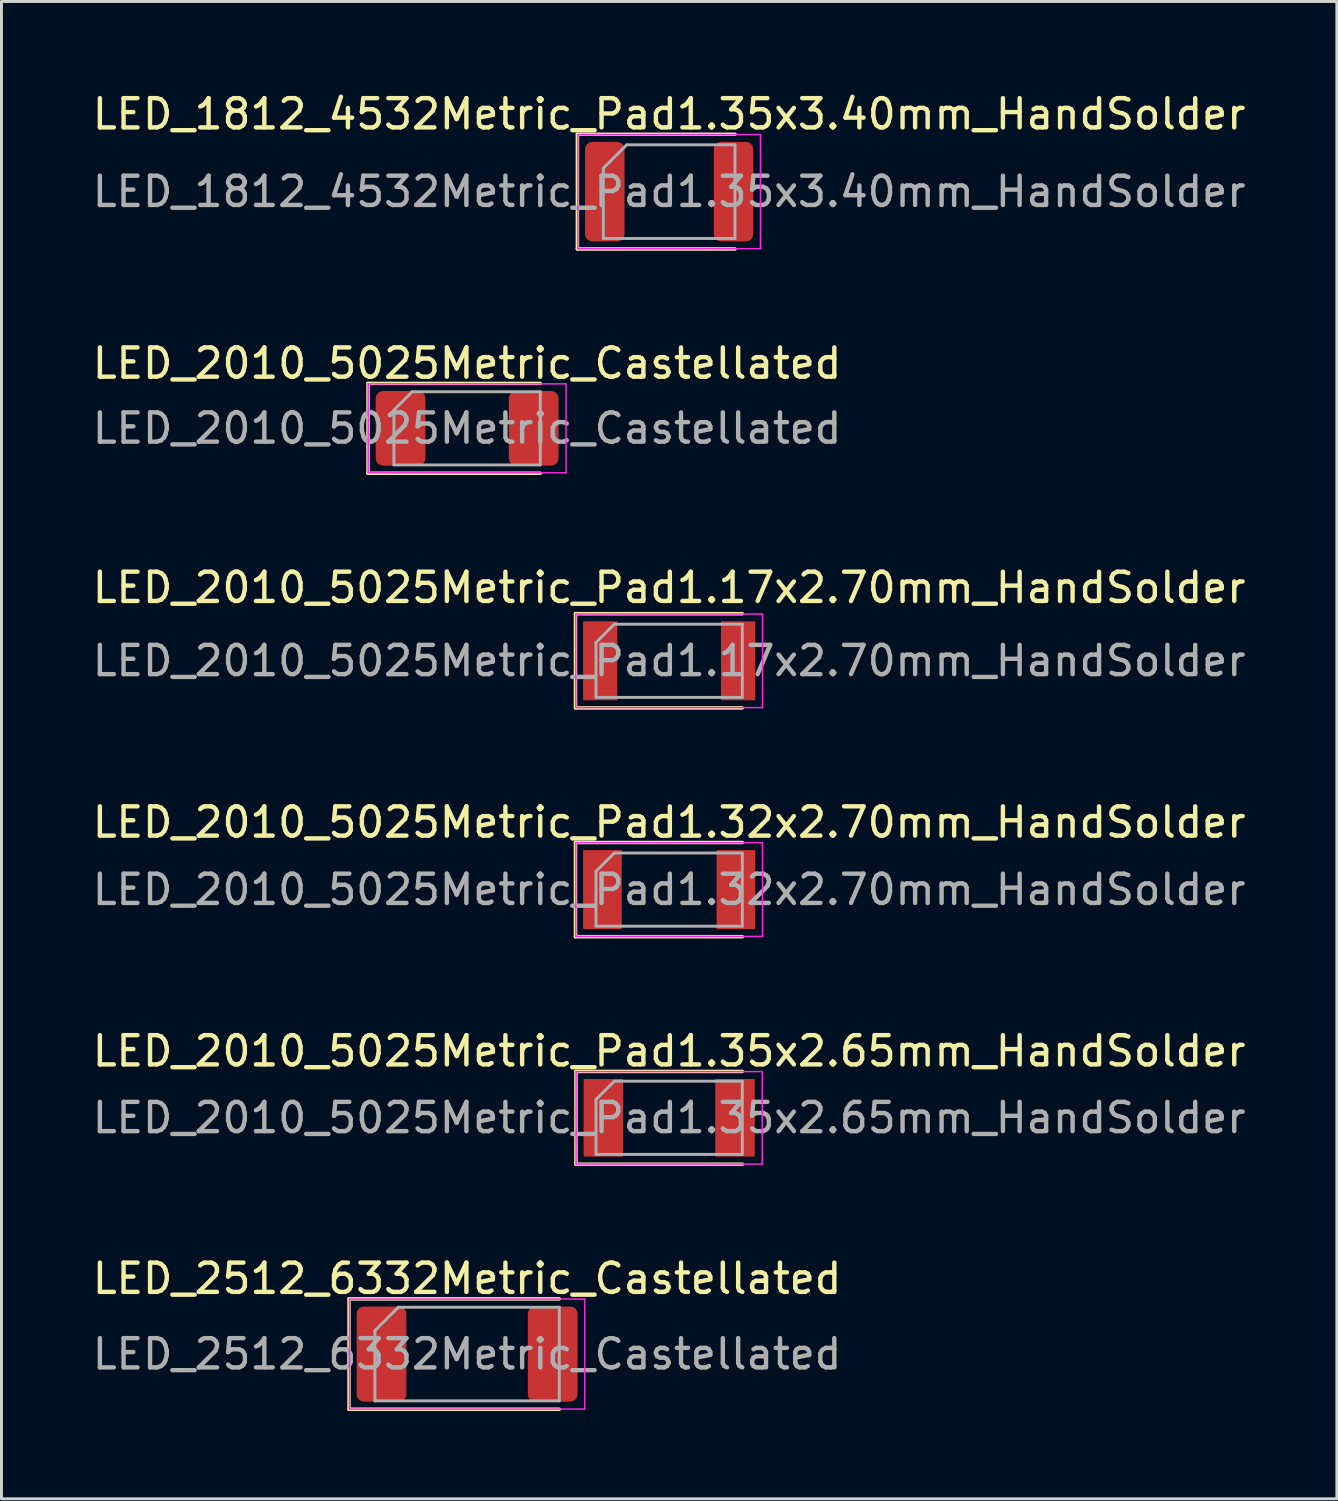
<source format=kicad_pcb>
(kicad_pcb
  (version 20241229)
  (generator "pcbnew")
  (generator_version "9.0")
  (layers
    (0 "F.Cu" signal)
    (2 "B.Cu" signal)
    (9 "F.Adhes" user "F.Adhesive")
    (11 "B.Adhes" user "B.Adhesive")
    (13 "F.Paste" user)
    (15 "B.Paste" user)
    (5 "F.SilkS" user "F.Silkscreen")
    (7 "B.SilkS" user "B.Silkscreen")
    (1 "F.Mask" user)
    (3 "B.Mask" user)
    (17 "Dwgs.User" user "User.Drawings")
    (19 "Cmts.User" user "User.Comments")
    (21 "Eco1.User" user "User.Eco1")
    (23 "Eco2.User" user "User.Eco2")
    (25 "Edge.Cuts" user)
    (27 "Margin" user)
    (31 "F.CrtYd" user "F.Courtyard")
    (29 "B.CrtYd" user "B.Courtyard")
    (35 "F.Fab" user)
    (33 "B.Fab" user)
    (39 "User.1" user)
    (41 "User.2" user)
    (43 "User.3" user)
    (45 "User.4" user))
  (footprint "LED_2010_5025Metric_Pad1.32x2.70mm_HandSolder"
    (layer "F.Cu")
    (at 19.815 27.348)
    (property "Reference" "LED_2010_5025Metric_Pad1.32x2.70mm_HandSolder" (at 0 -2.3 0) (layer "F.SilkS") (effects (font (size 1 1) (thickness 0.15))))
    (attr smd)
    (fp_line (start -3.2 -1.61) (end -3.2 1.61) (stroke (width 0.12) (type solid)) (layer "F.SilkS"))
    (fp_line (start -3.2 1.61) (end 2.5 1.61) (stroke (width 0.12) (type solid)) (layer "F.SilkS"))
    (fp_line (start 2.5 -1.61) (end -3.2 -1.61) (stroke (width 0.12) (type solid)) (layer "F.SilkS"))
    (fp_line (start -3.19 -1.6) (end 3.19 -1.6) (stroke (width 0.05) (type solid)) (layer "F.CrtYd"))
    (fp_line (start -3.19 1.6) (end -3.19 -1.6) (stroke (width 0.05) (type solid)) (layer "F.CrtYd"))
    (fp_line (start 3.19 -1.6) (end 3.19 1.6) (stroke (width 0.05) (type solid)) (layer "F.CrtYd"))
    (fp_line (start 3.19 1.6) (end -3.19 1.6) (stroke (width 0.05) (type solid)) (layer "F.CrtYd"))
    (fp_line (start -2.5 -0.625) (end -2.5 1.25) (stroke (width 0.1) (type solid)) (layer "F.Fab"))
    (fp_line (start -2.5 1.25) (end 2.5 1.25) (stroke (width 0.1) (type solid)) (layer "F.Fab"))
    (fp_line (start -1.875 -1.25) (end -2.5 -0.625) (stroke (width 0.1) (type solid)) (layer "F.Fab"))
    (fp_line (start 2.5 -1.25) (end -1.875 -1.25) (stroke (width 0.1) (type solid)) (layer "F.Fab"))
    (fp_line (start 2.5 1.25) (end 2.5 -1.25) (stroke (width 0.1) (type solid)) (layer "F.Fab"))
    (fp_text user "${REFERENCE}" (at 0 0 0) (layer "F.Fab") (effects (font (size 1 1) (thickness 0.15))))
    (pad "1" smd rect (at -2.28 0) (size 1.32 2.7) (layers "F.Cu" "F.Mask" "F.Paste"))
    (pad "2" smd rect (at 2.28 0) (size 1.32 2.7) (layers "F.Cu" "F.Mask" "F.Paste")))
  (footprint "LED_1812_4532Metric_Pad1.35x3.40mm_HandSolder"
    (layer "F.Cu")
    (at 19.815 3.498)
    (property "Reference" "LED_1812_4532Metric_Pad1.35x3.40mm_HandSolder" (at 0 -2.65 0) (layer "F.SilkS") (effects (font (size 1 1) (thickness 0.15))))
    (attr smd)
    (fp_line (start -3.135 -1.96) (end -3.135 1.96) (stroke (width 0.12) (type solid)) (layer "F.SilkS"))
    (fp_line (start -3.135 1.96) (end 2.25 1.96) (stroke (width 0.12) (type solid)) (layer "F.SilkS"))
    (fp_line (start 2.25 -1.96) (end -3.135 -1.96) (stroke (width 0.12) (type solid)) (layer "F.SilkS"))
    (fp_line (start -3.12 -1.95) (end 3.12 -1.95) (stroke (width 0.05) (type solid)) (layer "F.CrtYd"))
    (fp_line (start -3.12 1.95) (end -3.12 -1.95) (stroke (width 0.05) (type solid)) (layer "F.CrtYd"))
    (fp_line (start 3.12 -1.95) (end 3.12 1.95) (stroke (width 0.05) (type solid)) (layer "F.CrtYd"))
    (fp_line (start 3.12 1.95) (end -3.12 1.95) (stroke (width 0.05) (type solid)) (layer "F.CrtYd"))
    (fp_line (start -2.25 -0.8) (end -2.25 1.6) (stroke (width 0.1) (type solid)) (layer "F.Fab"))
    (fp_line (start -2.25 1.6) (end 2.25 1.6) (stroke (width 0.1) (type solid)) (layer "F.Fab"))
    (fp_line (start -1.45 -1.6) (end -2.25 -0.8) (stroke (width 0.1) (type solid)) (layer "F.Fab"))
    (fp_line (start 2.25 -1.6) (end -1.45 -1.6) (stroke (width 0.1) (type solid)) (layer "F.Fab"))
    (fp_line (start 2.25 1.6) (end 2.25 -1.6) (stroke (width 0.1) (type solid)) (layer "F.Fab"))
    (fp_text user "${REFERENCE}" (at 0 0 0) (layer "F.Fab") (effects (font (size 1 1) (thickness 0.15))))
    (pad "1" smd roundrect (at -2.2 0) (size 1.35 3.4) (layers "F.Cu" "F.Mask" "F.Paste") (roundrect_rratio 0.185))
    (pad "2" smd roundrect (at 2.2 0) (size 1.35 3.4) (layers "F.Cu" "F.Mask" "F.Paste") (roundrect_rratio 0.185)))
  (footprint "LED_2010_5025Metric_Pad1.17x2.70mm_HandSolder"
    (layer "F.Cu")
    (at 19.815 19.53)
    (property "Reference" "LED_2010_5025Metric_Pad1.17x2.70mm_HandSolder" (at 0 -2.5 0) (layer "F.SilkS") (effects (font (size 1 1) (thickness 0.15))))
    (attr smd)
    (fp_line (start -3.2 -1.61) (end -3.2 1.61) (stroke (width 0.12) (type solid)) (layer "F.SilkS"))
    (fp_line (start -3.2 1.61) (end 2.5 1.61) (stroke (width 0.12) (type solid)) (layer "F.SilkS"))
    (fp_line (start 2.5 -1.61) (end -3.2 -1.61) (stroke (width 0.12) (type solid)) (layer "F.SilkS"))
    (fp_line (start -3.19 -1.6) (end 3.19 -1.6) (stroke (width 0.05) (type solid)) (layer "F.CrtYd"))
    (fp_line (start -3.19 1.6) (end -3.19 -1.6) (stroke (width 0.05) (type solid)) (layer "F.CrtYd"))
    (fp_line (start 3.19 -1.6) (end 3.19 1.6) (stroke (width 0.05) (type solid)) (layer "F.CrtYd"))
    (fp_line (start 3.19 1.6) (end -3.19 1.6) (stroke (width 0.05) (type solid)) (layer "F.CrtYd"))
    (fp_line (start -2.5 -0.625) (end -2.5 1.25) (stroke (width 0.1) (type solid)) (layer "F.Fab"))
    (fp_line (start -2.5 1.25) (end 2.5 1.25) (stroke (width 0.1) (type solid)) (layer "F.Fab"))
    (fp_line (start -1.875 -1.25) (end -2.5 -0.625) (stroke (width 0.1) (type solid)) (layer "F.Fab"))
    (fp_line (start 2.5 -1.25) (end -1.875 -1.25) (stroke (width 0.1) (type solid)) (layer "F.Fab"))
    (fp_line (start 2.5 1.25) (end 2.5 -1.25) (stroke (width 0.1) (type solid)) (layer "F.Fab"))
    (fp_text user "${REFERENCE}" (at 0 0 0) (layer "F.Fab") (effects (font (size 1 1) (thickness 0.15))))
    (pad "1" smd rect (at -2.355 0) (size 1.17 2.7) (layers "F.Cu" "F.Mask" "F.Paste"))
    (pad "2" smd rect (at 2.355 0) (size 1.17 2.7) (layers "F.Cu" "F.Mask" "F.Paste")))
  (footprint "LED_2010_5025Metric_Pad1.35x2.65mm_HandSolder"
    (layer "F.Cu")
    (at 19.815 35.146)
    (property "Reference" "LED_2010_5025Metric_Pad1.35x2.65mm_HandSolder" (at 0 -2.28 0) (layer "F.SilkS") (effects (font (size 1 1) (thickness 0.15))))
    (attr smd)
    (fp_line (start -3.185 -1.585) (end -3.185 1.585) (stroke (width 0.12) (type solid)) (layer "F.SilkS"))
    (fp_line (start -3.185 1.585) (end 2.5 1.585) (stroke (width 0.12) (type solid)) (layer "F.SilkS"))
    (fp_line (start 2.5 -1.585) (end -3.185 -1.585) (stroke (width 0.12) (type solid)) (layer "F.SilkS"))
    (fp_line (start -3.18 -1.58) (end 3.18 -1.58) (stroke (width 0.05) (type solid)) (layer "F.CrtYd"))
    (fp_line (start -3.18 1.58) (end -3.18 -1.58) (stroke (width 0.05) (type solid)) (layer "F.CrtYd"))
    (fp_line (start 3.18 -1.58) (end 3.18 1.58) (stroke (width 0.05) (type solid)) (layer "F.CrtYd"))
    (fp_line (start 3.18 1.58) (end -3.18 1.58) (stroke (width 0.05) (type solid)) (layer "F.CrtYd"))
    (fp_line (start -2.5 -0.625) (end -2.5 1.25) (stroke (width 0.1) (type solid)) (layer "F.Fab"))
    (fp_line (start -2.5 1.25) (end 2.5 1.25) (stroke (width 0.1) (type solid)) (layer "F.Fab"))
    (fp_line (start -1.875 -1.25) (end -2.5 -0.625) (stroke (width 0.1) (type solid)) (layer "F.Fab"))
    (fp_line (start 2.5 -1.25) (end -1.875 -1.25) (stroke (width 0.1) (type solid)) (layer "F.Fab"))
    (fp_line (start 2.5 1.25) (end 2.5 -1.25) (stroke (width 0.1) (type solid)) (layer "F.Fab"))
    (fp_text user "${REFERENCE}" (at 0 0 0) (layer "F.Fab") (effects (font (size 1 1) (thickness 0.15))))
    (pad "1" smd rect (at -2.25 0) (size 1.35 2.65) (layers "F.Cu" "F.Mask" "F.Paste"))
    (pad "2" smd rect (at 2.25 0) (size 1.35 2.65) (layers "F.Cu" "F.Mask" "F.Paste")))
  (footprint "LED_2010_5025Metric_Castellated"
    (layer "F.Cu")
    (at 12.911 11.586)
    (property "Reference" "LED_2010_5025Metric_Castellated" (at 0 -2.22 0) (layer "F.SilkS") (effects (font (size 1 1) (thickness 0.15))))
    (attr smd)
    (fp_line (start -3.385 -1.535) (end -3.385 1.535) (stroke (width 0.12) (type solid)) (layer "F.SilkS"))
    (fp_line (start -3.385 1.535) (end 2.5 1.535) (stroke (width 0.12) (type solid)) (layer "F.SilkS"))
    (fp_line (start 2.5 -1.535) (end -3.385 -1.535) (stroke (width 0.12) (type solid)) (layer "F.SilkS"))
    (fp_line (start -3.38 -1.52) (end 3.38 -1.52) (stroke (width 0.05) (type solid)) (layer "F.CrtYd"))
    (fp_line (start -3.38 1.52) (end -3.38 -1.52) (stroke (width 0.05) (type solid)) (layer "F.CrtYd"))
    (fp_line (start 3.38 -1.52) (end 3.38 1.52) (stroke (width 0.05) (type solid)) (layer "F.CrtYd"))
    (fp_line (start 3.38 1.52) (end -3.38 1.52) (stroke (width 0.05) (type solid)) (layer "F.CrtYd"))
    (fp_line (start -2.5 -0.625) (end -2.5 1.25) (stroke (width 0.1) (type solid)) (layer "F.Fab"))
    (fp_line (start -2.5 1.25) (end 2.5 1.25) (stroke (width 0.1) (type solid)) (layer "F.Fab"))
    (fp_line (start -1.875 -1.25) (end -2.5 -0.625) (stroke (width 0.1) (type solid)) (layer "F.Fab"))
    (fp_line (start 2.5 -1.25) (end -1.875 -1.25) (stroke (width 0.1) (type solid)) (layer "F.Fab"))
    (fp_line (start 2.5 1.25) (end 2.5 -1.25) (stroke (width 0.1) (type solid)) (layer "F.Fab"))
    (fp_text user "${REFERENCE}" (at 0 0 0) (layer "F.Fab") (effects (font (size 1 1) (thickness 0.15))))
    (pad "1" smd roundrect (at -2.275 0) (size 1.7 2.55) (layers "F.Cu" "F.Mask" "F.Paste") (roundrect_rratio 0.147))
    (pad "2" smd roundrect (at 2.275 0) (size 1.7 2.55) (layers "F.Cu" "F.Mask" "F.Paste") (roundrect_rratio 0.147)))
  (footprint "LED_2512_6332Metric_Castellated"
    (layer "F.Cu")
    (at 12.911 43.219)
    (property "Reference" "LED_2512_6332Metric_Castellated" (at 0 -2.58 0) (layer "F.SilkS") (effects (font (size 1 1) (thickness 0.15))))
    (attr smd)
    (fp_line (start -4.035 -1.885) (end -4.035 1.885) (stroke (width 0.12) (type solid)) (layer "F.SilkS"))
    (fp_line (start -4.035 1.885) (end 3.15 1.885) (stroke (width 0.12) (type solid)) (layer "F.SilkS"))
    (fp_line (start 3.15 -1.885) (end -4.035 -1.885) (stroke (width 0.12) (type solid)) (layer "F.SilkS"))
    (fp_line (start -4.02 -1.88) (end 4.02 -1.88) (stroke (width 0.05) (type solid)) (layer "F.CrtYd"))
    (fp_line (start -4.02 1.88) (end -4.02 -1.88) (stroke (width 0.05) (type solid)) (layer "F.CrtYd"))
    (fp_line (start 4.02 -1.88) (end 4.02 1.88) (stroke (width 0.05) (type solid)) (layer "F.CrtYd"))
    (fp_line (start 4.02 1.88) (end -4.02 1.88) (stroke (width 0.05) (type solid)) (layer "F.CrtYd"))
    (fp_line (start -3.15 -0.8) (end -3.15 1.6) (stroke (width 0.1) (type solid)) (layer "F.Fab"))
    (fp_line (start -3.15 1.6) (end 3.15 1.6) (stroke (width 0.1) (type solid)) (layer "F.Fab"))
    (fp_line (start -2.35 -1.6) (end -3.15 -0.8) (stroke (width 0.1) (type solid)) (layer "F.Fab"))
    (fp_line (start 3.15 -1.6) (end -2.35 -1.6) (stroke (width 0.1) (type solid)) (layer "F.Fab"))
    (fp_line (start 3.15 1.6) (end 3.15 -1.6) (stroke (width 0.1) (type solid)) (layer "F.Fab"))
    (fp_text user "${REFERENCE}" (at 0 0 0) (layer "F.Fab") (effects (font (size 1 1) (thickness 0.15))))
    (pad "1" smd roundrect (at -2.925 0) (size 1.7 3.25) (layers "F.Cu" "F.Mask" "F.Paste") (roundrect_rratio 0.147))
    (pad "2" smd roundrect (at 2.925 0) (size 1.7 3.25) (layers "F.Cu" "F.Mask" "F.Paste") (roundrect_rratio 0.147)))
  (gr_rect
    (start -3 -3)
    (end 42.631 48.164)
    (stroke (width 0.1) (type default))
    (fill no)
    (layer "Edge.Cuts")))
</source>
